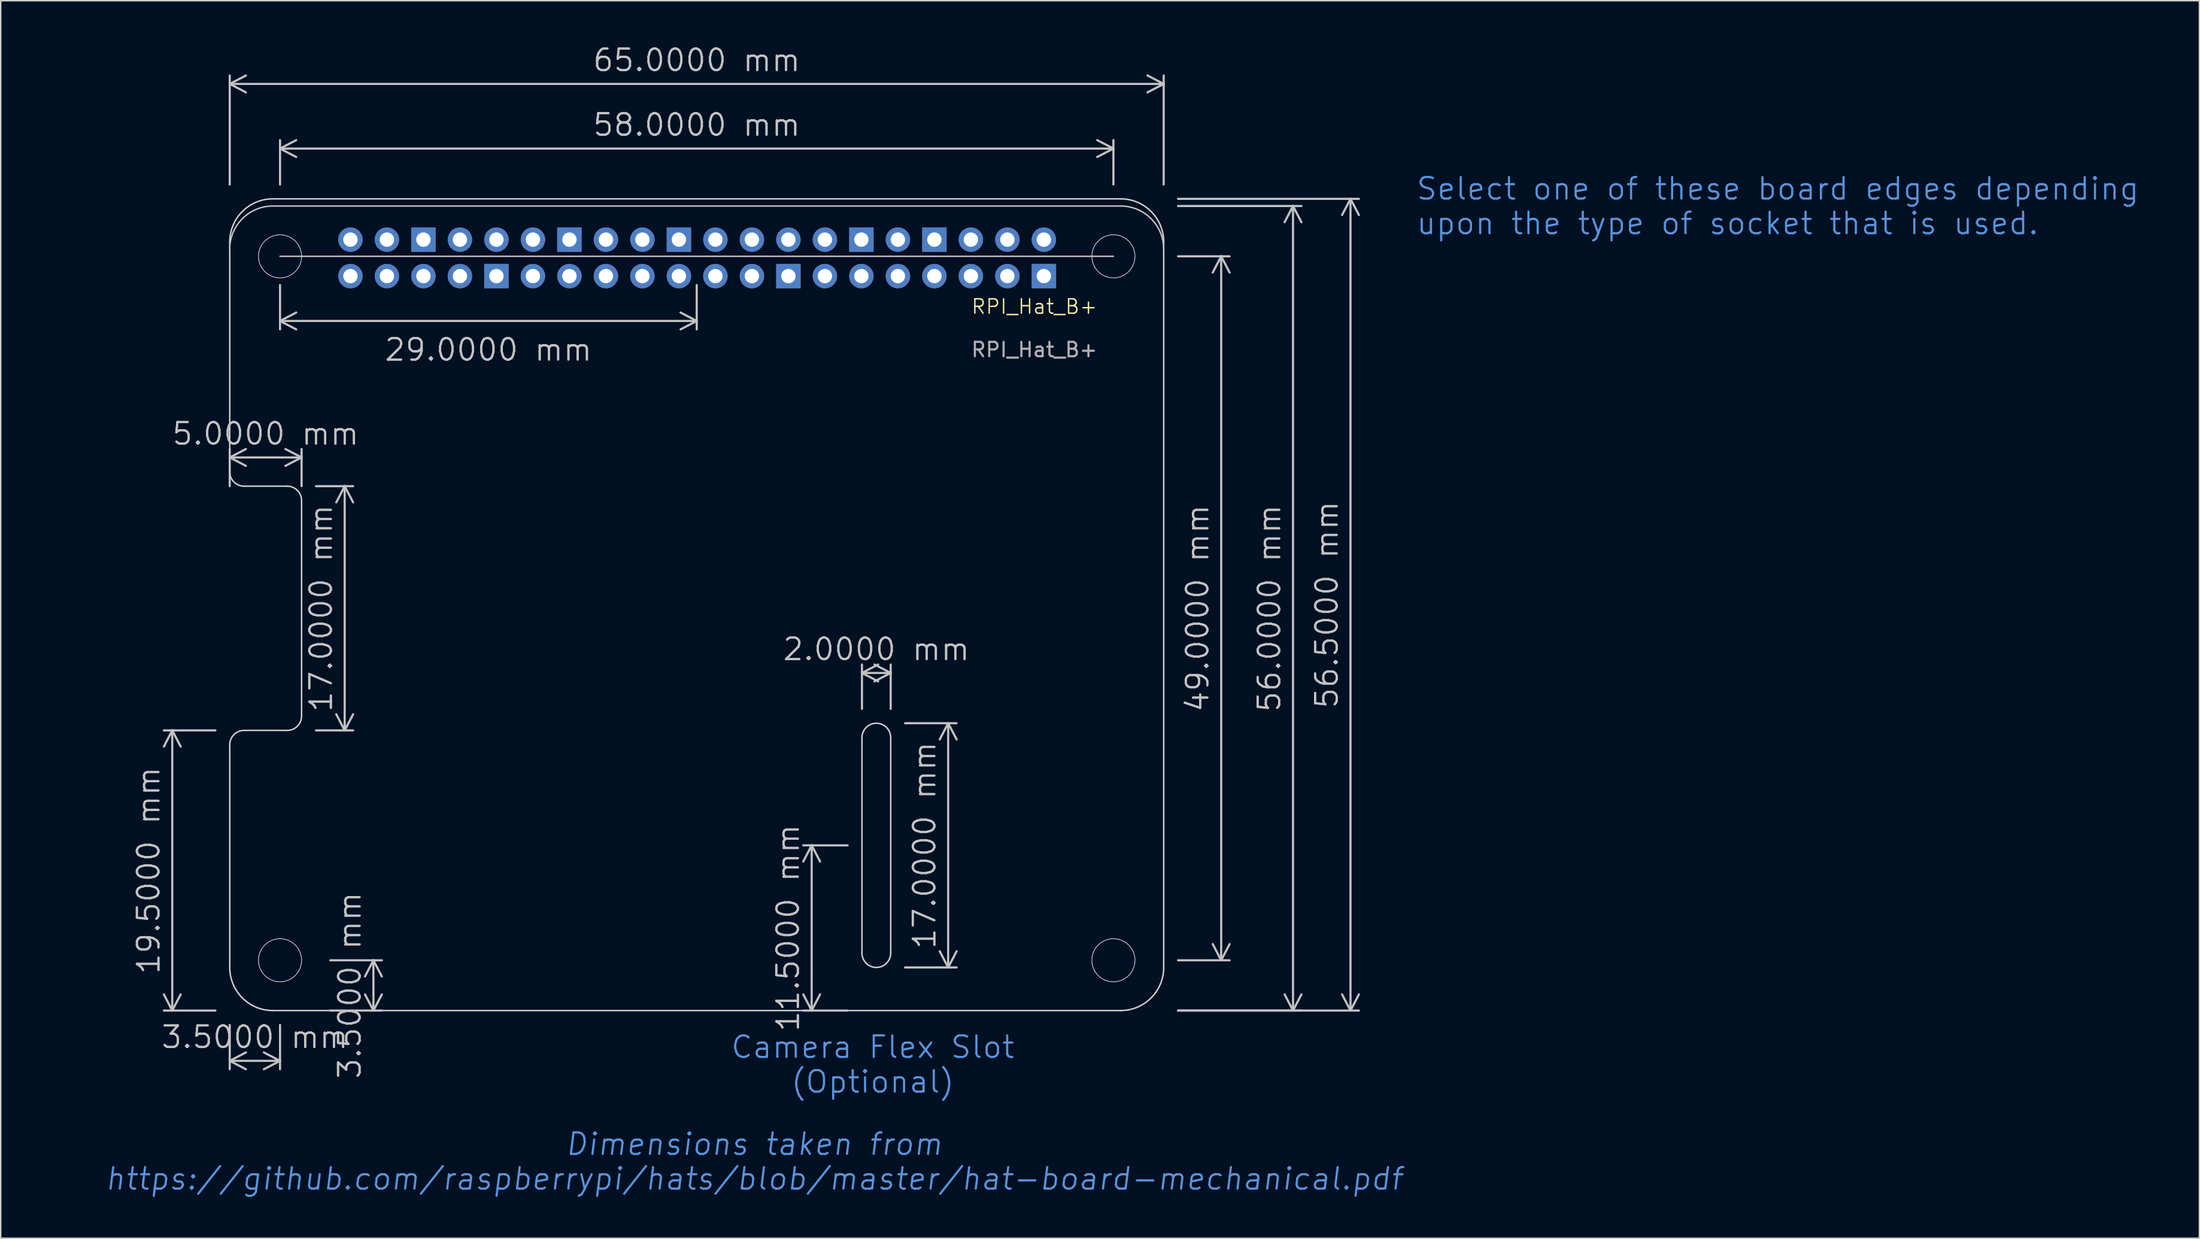
<source format=kicad_pcb>
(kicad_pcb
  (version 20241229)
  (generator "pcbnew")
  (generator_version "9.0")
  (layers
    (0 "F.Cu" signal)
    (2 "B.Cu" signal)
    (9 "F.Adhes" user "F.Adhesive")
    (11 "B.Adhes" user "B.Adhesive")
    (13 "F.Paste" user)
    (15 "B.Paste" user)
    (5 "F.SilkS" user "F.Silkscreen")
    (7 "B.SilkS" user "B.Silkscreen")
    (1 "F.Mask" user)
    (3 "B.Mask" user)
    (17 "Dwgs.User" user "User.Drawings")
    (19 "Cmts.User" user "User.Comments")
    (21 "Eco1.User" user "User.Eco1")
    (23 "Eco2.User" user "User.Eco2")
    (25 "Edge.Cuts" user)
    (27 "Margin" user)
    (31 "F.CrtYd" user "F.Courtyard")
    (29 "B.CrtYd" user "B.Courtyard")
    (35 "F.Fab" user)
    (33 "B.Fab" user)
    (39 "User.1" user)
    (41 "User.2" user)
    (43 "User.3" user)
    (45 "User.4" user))
  (footprint "RPI_Hat_B+"
    (layer "F.Cu")
    (at 45.439 14.791)
    (property "Reference" "RPI_Hat_B+" (at 23.5 3.5 0) (unlocked yes) (layer "F.SilkS") (effects (font (size 1 1) (thickness 0.1))))
    (attr through_hole)
    (fp_line (start -29.5 -3.5) (end 29.5 -3.5) (stroke (width 0.1) (type solid)) (layer "Dwgs.User"))
    (fp_line (start -29 0) (end 29 0) (stroke (width 0.1) (type default)) (layer "Dwgs.User"))
    (fp_arc (start -32.5 -0.5) (mid -31.62132 -2.62132) (end -29.5 -3.5) (stroke (width 0.1) (type solid)) (layer "Dwgs.User"))
    (fp_arc (start 29.5 -3.5) (mid 31.62132 -2.62132) (end 32.5 -0.5) (stroke (width 0.1) (type solid)) (layer "Dwgs.User"))
    (fp_line (start -32.5 -1) (end -32.5 15) (stroke (width 0.1) (type solid)) (layer "Edge.Cuts"))
    (fp_line (start -32.5 34) (end -32.5 49.5) (stroke (width 0.1) (type solid)) (layer "Edge.Cuts"))
    (fp_line (start -31.5 16) (end -28.5 16) (stroke (width 0.1) (type solid)) (layer "Edge.Cuts"))
    (fp_line (start -31.5 33) (end -28.5 33) (stroke (width 0.1) (type solid)) (layer "Edge.Cuts"))
    (fp_line (start -29.5 -4) (end 29.5 -4) (stroke (width 0.1) (type solid)) (layer "Edge.Cuts"))
    (fp_line (start -29.5 52.5) (end 29.5 52.5) (stroke (width 0.1) (type solid)) (layer "Edge.Cuts"))
    (fp_line (start -27.5 17) (end -27.5 32) (stroke (width 0.1) (type solid)) (layer "Edge.Cuts"))
    (fp_line (start 11.5 33.5) (end 11.5 48.5) (stroke (width 0.1) (type solid)) (layer "Edge.Cuts"))
    (fp_line (start 13.5 33.5) (end 13.5 48.5) (stroke (width 0.1) (type solid)) (layer "Edge.Cuts"))
    (fp_line (start 32.5 -1) (end 32.5 49.5) (stroke (width 0.1) (type solid)) (layer "Edge.Cuts"))
    (fp_arc (start -32.5 -1) (mid -31.62132 -3.12132) (end -29.5 -4) (stroke (width 0.1) (type solid)) (layer "Edge.Cuts"))
    (fp_arc (start -32.5 34) (mid -32.207107 33.292893) (end -31.5 33) (stroke (width 0.1) (type solid)) (layer "Edge.Cuts"))
    (fp_arc (start -31.5 16) (mid -32.207107 15.707107) (end -32.5 15) (stroke (width 0.1) (type solid)) (layer "Edge.Cuts"))
    (fp_arc (start -29.5 52.5) (mid -31.62132 51.62132) (end -32.5 49.5) (stroke (width 0.1) (type solid)) (layer "Edge.Cuts"))
    (fp_arc (start -28.5 16) (mid -27.792893 16.292893) (end -27.5 17) (stroke (width 0.1) (type solid)) (layer "Edge.Cuts"))
    (fp_arc (start -27.5 32) (mid -27.792893 32.707107) (end -28.5 33) (stroke (width 0.1) (type solid)) (layer "Edge.Cuts"))
    (fp_arc (start 11.5 33.5) (mid 12.5 32.5) (end 13.5 33.5) (stroke (width 0.1) (type solid)) (layer "Edge.Cuts"))
    (fp_arc (start 13.5 48.5) (mid 12.5 49.5) (end 11.5 48.5) (stroke (width 0.1) (type solid)) (layer "Edge.Cuts"))
    (fp_arc (start 29.5 -4) (mid 31.62132 -3.12132) (end 32.5 -1) (stroke (width 0.1) (type solid)) (layer "Edge.Cuts"))
    (fp_arc (start 32.5 49.5) (mid 31.62132 51.62132) (end 29.5 52.5) (stroke (width 0.1) (type solid)) (layer "Edge.Cuts"))
    (fp_circle (center -29 0) (end -30.5 -0.000001) (stroke (width 0.05) (type default)) (fill no) (layer "Edge.Cuts"))
    (fp_circle (center -29 49) (end -30.5 49) (stroke (width 0.05) (type default)) (fill no) (layer "Edge.Cuts"))
    (fp_circle (center 29 0) (end 30.5 -0.000001) (stroke (width 0.05) (type default)) (fill no) (layer "Edge.Cuts"))
    (fp_circle (center 29 49) (end 30.5 49) (stroke (width 0.05) (type default)) (fill no) (layer "Edge.Cuts"))
    (fp_text user "Dimensions taken from\nhttps://github.com/raspberrypi/hats/blob/master/hat-board-mechanical.pdf" (at 4 63 0) (unlocked yes) (layer "Cmts.User") (effects (font (size 1.5 1.5) (thickness 0.15) (italic yes))))
    (fp_text user "Camera Flex Slot\n(Optional)" (at 12.25 56.25 0) (unlocked yes) (layer "Cmts.User") (effects (font (size 1.5 1.5) (thickness 0.15))))
    (fp_text user "Select one of these board edges depending \nupon the type of socket that is used." (at 50 -3.5 0) (unlocked yes) (layer "Cmts.User") (effects (font (size 1.5 1.5) (thickness 0.15)) (justify left)))
    (fp_text user "${REFERENCE}" (at 23.5 6.5 0) (unlocked yes) (layer "F.Fab") (effects (font (size 1 1) (thickness 0.15))))
    (dimension (type aligned) (layer "Dwgs.User") (pts (xy 78.939 67.291) (xy 78.939 10.791)) (height 12) (format (prefix "") (suffix "") (units 3) (units_format 1) (precision 4)) (style (thickness 0.15) (arrow_length 1.27) (text_position_mode 0) (arrow_direction outward) (extension_height 0.586) (extension_offset 0) (keep_text_aligned yes)) (gr_text "56.5000 mm" (at 89.289 39.041 90) (layer "Dwgs.User") (effects (font (size 1.5 1.5) (thickness 0.15)))))
    (dimension (type aligned) (layer "Dwgs.User") (pts (xy 58.939 46.291) (xy 56.939 46.291)) (height 2.5) (format (prefix "") (suffix "") (units 3) (units_format 1) (precision 4)) (style (thickness 0.15) (arrow_length 1.27) (text_position_mode 0) (arrow_direction outward) (extension_height 0.586) (extension_offset 0) (keep_text_aligned yes)) (gr_text "2.0000 mm" (at 57.939 42.141 0) (layer "Dwgs.User") (effects (font (size 1.5 1.5) (thickness 0.15)))))
    (dimension (type aligned) (layer "Dwgs.User") (pts (xy 19.939 67.291) (xy 19.939 63.791)) (height 3) (format (prefix "") (suffix "") (units 3) (units_format 1) (precision 4)) (style (thickness 0.15) (arrow_length 1.27) (text_position_mode 0) (arrow_direction outward) (extension_height 0.586) (extension_offset 0) (keep_text_aligned yes)) (gr_text "3.5000 mm" (at 21.289 65.541 90) (layer "Dwgs.User") (effects (font (size 1.5 1.5) (thickness 0.15)))))
    (dimension (type aligned) (layer "Dwgs.User") (pts (xy 77.939 9.791) (xy 12.939 9.791)) (height 7) (format (prefix "") (suffix "") (units 3) (units_format 1) (precision 4)) (style (thickness 0.15) (arrow_length 1.27) (text_position_mode 0) (arrow_direction outward) (extension_height 0.586) (extension_offset 0) (keep_text_aligned yes)) (gr_text "65.0000 mm" (at 45.439 1.141 0) (layer "Dwgs.User") (effects (font (size 1.5 1.5) (thickness 0.15)))))
    (dimension (type aligned) (layer "Dwgs.User") (pts (xy 74.439 9.791) (xy 16.439 9.791)) (height 2.5) (format (prefix "") (suffix "") (units 3) (units_format 1) (precision 4)) (style (thickness 0.15) (arrow_length 1.27) (text_position_mode 0) (arrow_direction outward) (extension_height 0.586) (extension_offset 0) (keep_text_aligned yes)) (gr_text "58.0000 mm" (at 45.439 5.641 0) (layer "Dwgs.User") (effects (font (size 1.5 1.5) (thickness 0.15)))))
    (dimension (type aligned) (layer "Dwgs.User") (pts (xy 78.939 67.291) (xy 78.939 11.291)) (height 8) (format (prefix "") (suffix "") (units 3) (units_format 1) (precision 4)) (style (thickness 0.15) (arrow_length 1.27) (text_position_mode 0) (arrow_direction outward) (extension_height 0.586) (extension_offset 0) (keep_text_aligned yes)) (gr_text "56.0000 mm" (at 85.289 39.291 90) (layer "Dwgs.User") (effects (font (size 1.5 1.5) (thickness 0.15)))))
    (dimension (type aligned) (layer "Dwgs.User") (pts (xy 11.939 67.291) (xy 11.939 47.791)) (height -3) (format (prefix "") (suffix "") (units 3) (units_format 1) (precision 4)) (style (thickness 0.15) (arrow_length 1.27) (text_position_mode 0) (arrow_direction outward) (extension_height 0.586) (extension_offset 0) (keep_text_aligned yes)) (gr_text "19.5000 mm" (at 7.289 57.541 90) (layer "Dwgs.User") (effects (font (size 1.5 1.5) (thickness 0.15)))))
    (dimension (type aligned) (layer "Dwgs.User") (pts (xy 78.939 63.791) (xy 78.939 14.791)) (height 3) (format (prefix "") (suffix "") (units 3) (units_format 1) (precision 4)) (style (thickness 0.15) (arrow_length 1.27) (text_position_mode 0) (arrow_direction outward) (extension_height 0.586) (extension_offset 0) (keep_text_aligned yes)) (gr_text "49.0000 mm" (at 80.289 39.291 90) (layer "Dwgs.User") (effects (font (size 1.5 1.5) (thickness 0.15)))))
    (dimension (type aligned) (layer "Dwgs.User") (pts (xy 45.439 16.791) (xy 16.439 16.791)) (height -2.5) (format (prefix "") (suffix "") (units 3) (units_format 1) (precision 4)) (style (thickness 0.15) (arrow_length 1.27) (text_position_mode 2) (arrow_direction outward) (extension_height 0.586) (extension_offset 0) (keep_text_aligned yes)) (gr_text "29.0000 mm" (at 30.939 21.291 0) (layer "Dwgs.User") (effects (font (size 1.5 1.5) (thickness 0.15)))))
    (dimension (type aligned) (layer "Dwgs.User") (pts (xy 16.439 68.291) (xy 12.939 68.291)) (height -2.5) (format (prefix "") (suffix "") (units 3) (units_format 1) (precision 4)) (style (thickness 0.15) (arrow_length 1.27) (text_position_mode 0) (arrow_direction outward) (extension_height 0.586) (extension_offset 0) (keep_text_aligned yes)) (gr_text "3.5000 mm" (at 14.689 69.141 0) (layer "Dwgs.User") (effects (font (size 1.5 1.5) (thickness 0.15)))))
    (dimension (type aligned) (layer "Dwgs.User") (pts (xy 59.939 64.291) (xy 59.939 47.291)) (height 3) (format (prefix "") (suffix "") (units 3) (units_format 1) (precision 4)) (style (thickness 0.15) (arrow_length 1.27) (text_position_mode 0) (arrow_direction outward) (extension_height 0.586) (extension_offset 0) (keep_text_aligned yes)) (gr_text "17.0000 mm" (at 61.289 55.791 90) (layer "Dwgs.User") (effects (font (size 1.5 1.5) (thickness 0.15)))))
    (dimension (type aligned) (layer "Dwgs.User") (pts (xy 55.939 67.291) (xy 55.939 55.791)) (height -2.5) (format (prefix "") (suffix "") (units 3) (units_format 1) (precision 4)) (style (thickness 0.15) (arrow_length 1.27) (text_position_mode 0) (arrow_direction outward) (extension_height 0.586) (extension_offset 0) (keep_text_aligned yes)) (gr_text "11.5000 mm" (at 51.789 61.541 90) (layer "Dwgs.User") (effects (font (size 1.5 1.5) (thickness 0.15)))))
    (dimension (type aligned) (layer "Dwgs.User") (pts (xy 18.939 47.791) (xy 18.939 30.791)) (height 2) (format (prefix "") (suffix "") (units 3) (units_format 1) (precision 4)) (style (thickness 0.15) (arrow_length 1.27) (text_position_mode 0) (arrow_direction outward) (extension_height 0.586) (extension_offset 0) (keep_text_aligned yes)) (gr_text "17.0000 mm" (at 19.289 39.291 90) (layer "Dwgs.User") (effects (font (size 1.5 1.5) (thickness 0.15)))))
    (dimension (type aligned) (layer "Dwgs.User") (pts (xy 17.939 30.791) (xy 12.939 30.791)) (height 2) (format (prefix "") (suffix "") (units 3) (units_format 1) (precision 4)) (style (thickness 0.15) (arrow_length 1.27) (text_position_mode 0) (arrow_direction outward) (extension_height 0.586) (extension_offset 0) (keep_text_aligned yes)) (gr_text "5.0000 mm" (at 15.439 27.141 0) (layer "Dwgs.User") (effects (font (size 1.5 1.5) (thickness 0.15)))))
    (pad "1" thru_hole circle (at -24.1 1.378 90) (size 1.7 1.7) (drill 1) (layers "*.Cu" "*.Mask"))
    (pad "2" thru_hole oval (at -24.1 -1.162 90) (size 1.7 1.7) (drill 1) (layers "*.Cu" "*.Mask"))
    (pad "3" thru_hole oval (at -21.56 1.378 90) (size 1.7 1.7) (drill 1) (layers "*.Cu" "*.Mask"))
    (pad "4" thru_hole oval (at -21.56 -1.162 90) (size 1.7 1.7) (drill 1) (layers "*.Cu" "*.Mask"))
    (pad "5" thru_hole oval (at -19.02 1.378 90) (size 1.7 1.7) (drill 1) (layers "*.Cu" "*.Mask"))
    (pad "6" thru_hole rect (at -19.02 -1.162 90) (size 1.7 1.7) (drill 1) (layers "*.Cu" "*.Mask"))
    (pad "7" thru_hole oval (at -16.48 1.378 90) (size 1.7 1.7) (drill 1) (layers "*.Cu" "*.Mask"))
    (pad "8" thru_hole oval (at -16.48 -1.162 90) (size 1.7 1.7) (drill 1) (layers "*.Cu" "*.Mask"))
    (pad "9" thru_hole rect (at -13.94 1.378 90) (size 1.7 1.7) (drill 1) (layers "*.Cu" "*.Mask"))
    (pad "10" thru_hole oval (at -13.94 -1.162 90) (size 1.7 1.7) (drill 1) (layers "*.Cu" "*.Mask"))
    (pad "11" thru_hole oval (at -11.4 1.378 90) (size 1.7 1.7) (drill 1) (layers "*.Cu" "*.Mask"))
    (pad "12" thru_hole oval (at -11.4 -1.162 90) (size 1.7 1.7) (drill 1) (layers "*.Cu" "*.Mask"))
    (pad "13" thru_hole oval (at -8.86 1.378 90) (size 1.7 1.7) (drill 1) (layers "*.Cu" "*.Mask"))
    (pad "14" thru_hole rect (at -8.86 -1.162 90) (size 1.7 1.7) (drill 1) (layers "*.Cu" "*.Mask"))
    (pad "15" thru_hole oval (at -6.32 1.378 90) (size 1.7 1.7) (drill 1) (layers "*.Cu" "*.Mask"))
    (pad "16" thru_hole oval (at -6.32 -1.162 90) (size 1.7 1.7) (drill 1) (layers "*.Cu" "*.Mask"))
    (pad "17" thru_hole oval (at -3.78 1.378 90) (size 1.7 1.7) (drill 1) (layers "*.Cu" "*.Mask"))
    (pad "18" thru_hole oval (at -3.78 -1.162 90) (size 1.7 1.7) (drill 1) (layers "*.Cu" "*.Mask"))
    (pad "19" thru_hole oval (at -1.24 1.378 90) (size 1.7 1.7) (drill 1) (layers "*.Cu" "*.Mask"))
    (pad "20" thru_hole rect (at -1.24 -1.162 90) (size 1.7 1.7) (drill 1) (layers "*.Cu" "*.Mask"))
    (pad "21" thru_hole oval (at 1.3 1.378 90) (size 1.7 1.7) (drill 1) (layers "*.Cu" "*.Mask"))
    (pad "22" thru_hole oval (at 1.3 -1.162 90) (size 1.7 1.7) (drill 1) (layers "*.Cu" "*.Mask"))
    (pad "23" thru_hole oval (at 3.84 1.378 90) (size 1.7 1.7) (drill 1) (layers "*.Cu" "*.Mask"))
    (pad "24" thru_hole oval (at 3.84 -1.162 90) (size 1.7 1.7) (drill 1) (layers "*.Cu" "*.Mask"))
    (pad "25" thru_hole rect (at 6.38 1.378 90) (size 1.7 1.7) (drill 1) (layers "*.Cu" "*.Mask"))
    (pad "26" thru_hole oval (at 6.38 -1.162 90) (size 1.7 1.7) (drill 1) (layers "*.Cu" "*.Mask"))
    (pad "27" thru_hole oval (at 8.92 1.378 90) (size 1.7 1.7) (drill 1) (layers "*.Cu" "*.Mask"))
    (pad "28" thru_hole oval (at 8.92 -1.162 90) (size 1.7 1.7) (drill 1) (layers "*.Cu" "*.Mask"))
    (pad "29" thru_hole oval (at 11.46 1.378 90) (size 1.7 1.7) (drill 1) (layers "*.Cu" "*.Mask"))
    (pad "30" thru_hole rect (at 11.46 -1.162 90) (size 1.7 1.7) (drill 1) (layers "*.Cu" "*.Mask"))
    (pad "31" thru_hole oval (at 14 1.378 90) (size 1.7 1.7) (drill 1) (layers "*.Cu" "*.Mask"))
    (pad "32" thru_hole oval (at 14 -1.162 90) (size 1.7 1.7) (drill 1) (layers "*.Cu" "*.Mask"))
    (pad "33" thru_hole oval (at 16.54 1.378 90) (size 1.7 1.7) (drill 1) (layers "*.Cu" "*.Mask"))
    (pad "34" thru_hole rect (at 16.54 -1.162 90) (size 1.7 1.7) (drill 1) (layers "*.Cu" "*.Mask"))
    (pad "35" thru_hole oval (at 19.08 1.378 90) (size 1.7 1.7) (drill 1) (layers "*.Cu" "*.Mask"))
    (pad "36" thru_hole oval (at 19.08 -1.162 90) (size 1.7 1.7) (drill 1) (layers "*.Cu" "*.Mask"))
    (pad "37" thru_hole oval (at 21.62 1.378 90) (size 1.7 1.7) (drill 1) (layers "*.Cu" "*.Mask"))
    (pad "38" thru_hole oval (at 21.62 -1.162 90) (size 1.7 1.7) (drill 1) (layers "*.Cu" "*.Mask"))
    (pad "39" thru_hole rect (at 24.16 1.378 90) (size 1.7 1.7) (drill 1) (layers "*.Cu" "*.Mask"))
    (pad "40" thru_hole oval (at 24.16 -1.162 90) (size 1.7 1.7) (drill 1) (layers "*.Cu" "*.Mask")))
  (gr_rect
    (start -3 -3)
    (end 150.018 83.139)
    (stroke (width 0.1) (type default))
    (fill no)
    (layer "Edge.Cuts")))
</source>
